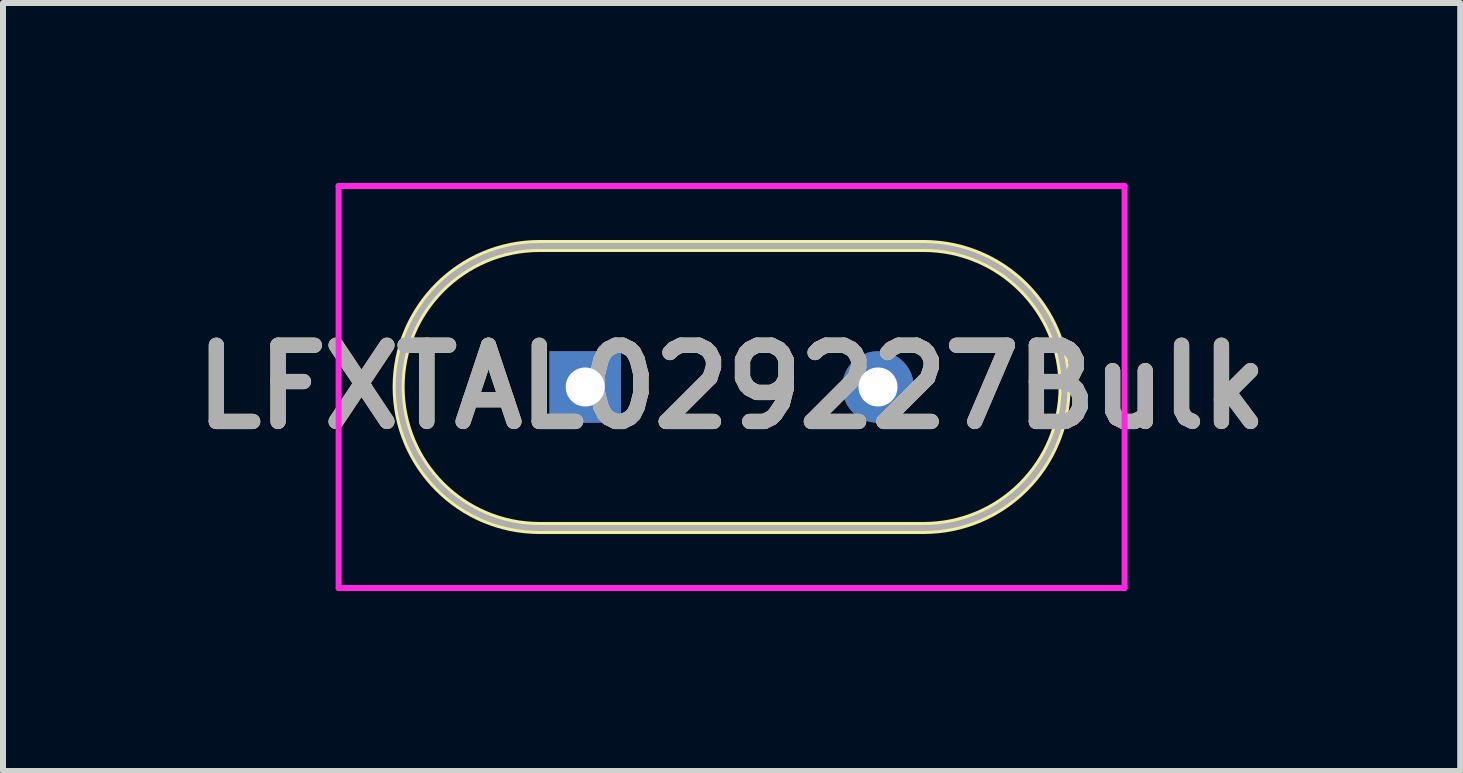
<source format=kicad_pcb>
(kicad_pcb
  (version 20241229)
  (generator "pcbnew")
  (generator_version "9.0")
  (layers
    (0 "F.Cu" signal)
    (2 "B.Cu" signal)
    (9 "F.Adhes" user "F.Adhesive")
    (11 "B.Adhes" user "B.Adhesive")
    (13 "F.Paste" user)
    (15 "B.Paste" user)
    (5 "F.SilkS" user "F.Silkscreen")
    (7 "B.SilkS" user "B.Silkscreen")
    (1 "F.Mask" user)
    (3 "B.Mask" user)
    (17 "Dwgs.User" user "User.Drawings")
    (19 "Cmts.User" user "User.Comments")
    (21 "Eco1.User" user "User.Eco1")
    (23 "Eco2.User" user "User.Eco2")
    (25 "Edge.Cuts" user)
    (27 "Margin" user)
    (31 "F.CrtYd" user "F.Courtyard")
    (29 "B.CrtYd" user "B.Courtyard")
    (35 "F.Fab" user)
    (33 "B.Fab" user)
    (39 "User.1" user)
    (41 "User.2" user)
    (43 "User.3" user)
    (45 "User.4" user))
  (footprint "LFXTAL029227Bulk"
    (layer "F.Cu")
    (at 6.704 3.4)
    (property "Reference" "LFXTAL029227Bulk" (at 2.44 0 0) (layer "F.SilkS") (effects (font (size 1.27 1.27) (thickness 0.254))))
    (attr through_hole)
    (fp_line (start -3.7 0) (end -3.7 0) (stroke (width 0.1) (type solid)) (layer "F.SilkS"))
    (fp_line (start -3.6 0) (end -3.6 0) (stroke (width 0.1) (type solid)) (layer "F.SilkS"))
    (fp_line (start -0.76 -2.35) (end 5.64 -2.35) (stroke (width 0.2) (type solid)) (layer "F.SilkS"))
    (fp_line (start -0.76 2.35) (end -0.76 2.35) (stroke (width 0.2) (type solid)) (layer "F.SilkS"))
    (fp_line (start 5.64 -2.35) (end 5.64 -2.35) (stroke (width 0.2) (type solid)) (layer "F.SilkS"))
    (fp_line (start 5.64 2.35) (end -0.76 2.35) (stroke (width 0.2) (type solid)) (layer "F.SilkS"))
    (fp_arc (start -3.7 0) (mid -3.65 -0.05) (end -3.6 0) (stroke (width 0.1) (type solid)) (layer "F.SilkS"))
    (fp_arc (start -3.6 0) (mid -3.65 0.05) (end -3.7 0) (stroke (width 0.1) (type solid)) (layer "F.SilkS"))
    (fp_arc (start -0.76 2.35) (mid -3.11 0) (end -0.76 -2.35) (stroke (width 0.2) (type solid)) (layer "F.SilkS"))
    (fp_arc (start 5.64 -2.35) (mid 7.99 0) (end 5.64 2.35) (stroke (width 0.2) (type solid)) (layer "F.SilkS"))
    (fp_line (start -4.11 -3.35) (end 8.99 -3.35) (stroke (width 0.1) (type solid)) (layer "F.CrtYd"))
    (fp_line (start -4.11 3.35) (end -4.11 -3.35) (stroke (width 0.1) (type solid)) (layer "F.CrtYd"))
    (fp_line (start 8.99 -3.35) (end 8.99 3.35) (stroke (width 0.1) (type solid)) (layer "F.CrtYd"))
    (fp_line (start 8.99 3.35) (end -4.11 3.35) (stroke (width 0.1) (type solid)) (layer "F.CrtYd"))
    (fp_line (start -0.76 -2.35) (end -0.76 -2.35) (stroke (width 0.1) (type solid)) (layer "F.Fab"))
    (fp_line (start -0.76 2.35) (end 5.64 2.35) (stroke (width 0.1) (type solid)) (layer "F.Fab"))
    (fp_line (start 5.64 -2.35) (end -0.76 -2.35) (stroke (width 0.1) (type solid)) (layer "F.Fab"))
    (fp_line (start 5.64 2.35) (end 5.64 2.35) (stroke (width 0.1) (type solid)) (layer "F.Fab"))
    (fp_arc (start -0.76 2.35) (mid -3.11 0) (end -0.76 -2.35) (stroke (width 0.1) (type solid)) (layer "F.Fab"))
    (fp_arc (start 5.64 -2.35) (mid 7.99 0) (end 5.64 2.35) (stroke (width 0.1) (type solid)) (layer "F.Fab"))
    (fp_text user "${REFERENCE}" (at 2.44 0 0) (layer "F.Fab") (effects (font (size 1.27 1.27) (thickness 0.254))))
    (pad "1" thru_hole rect (at 0 0) (size 1.192 1.192) (drill 0.65) (layers "*.Cu" "*.Mask"))
    (pad "2" thru_hole circle (at 4.88 0) (size 1.192 1.192) (drill 0.65) (layers "*.Cu" "*.Mask")))
  (gr_rect
    (start -3 -3)
    (end 21.288 9.8)
    (stroke (width 0.1) (type default))
    (fill no)
    (layer "Edge.Cuts")))
</source>
